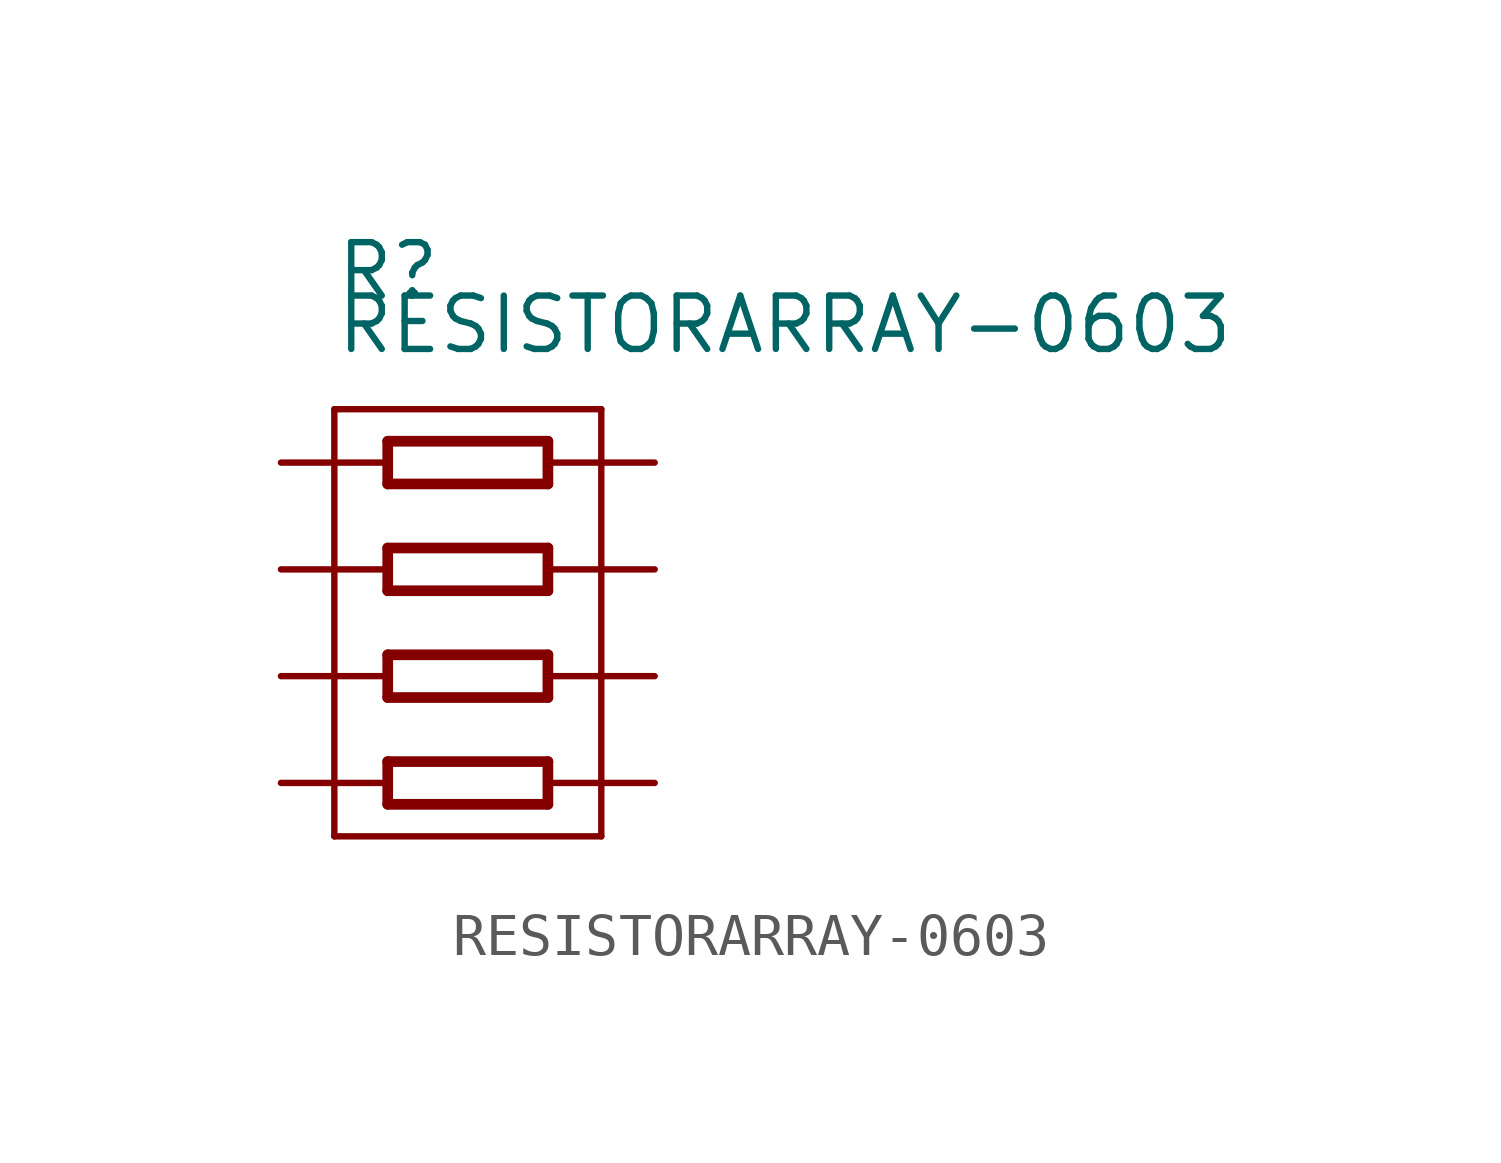
<source format=kicad_sym>
(kicad_symbol_lib
  (version 20211014)
  (generator kicad_symbol_editor)
  (symbol "RESISTORARRAY-0603"
    (property "Reference" "R"
      (at -3.81 7.62 0)
      (effects (font (size 1.27 1.27)) (justify left bottom)))
    (property "Value" "RESISTORARRAY-0603"
      (at -3.81 6.35 0)
      (effects (font (size 1.27 1.27)) (justify left bottom)))
    (property "ki_locked" ""
      (at 0 0 0)
      (effects (font (size 1.27 1.27))))
    (symbol "RESISTORARRAY-0603_1_0"
      (polyline (pts (xy -3.81 -5.08) (xy -3.81 5.08)) (stroke (width 0.152) (type default) (color 0 0 0 0)) (fill (type none)))
      (polyline (pts (xy -3.81 5.08) (xy 2.54 5.08)) (stroke (width 0.152) (type default) (color 0 0 0 0)) (fill (type none)))
      (polyline (pts (xy -2.54 -4.318) (xy 1.27 -4.318)) (stroke (width 0.254) (type default) (color 0 0 0 0)) (fill (type none)))
      (polyline (pts (xy -2.54 -3.302) (xy -2.54 -4.318)) (stroke (width 0.254) (type default) (color 0 0 0 0)) (fill (type none)))
      (polyline (pts (xy -2.54 -1.778) (xy 1.27 -1.778)) (stroke (width 0.254) (type default) (color 0 0 0 0)) (fill (type none)))
      (polyline (pts (xy -2.54 -0.762) (xy -2.54 -1.778)) (stroke (width 0.254) (type default) (color 0 0 0 0)) (fill (type none)))
      (polyline (pts (xy -2.54 0.762) (xy 1.27 0.762)) (stroke (width 0.254) (type default) (color 0 0 0 0)) (fill (type none)))
      (polyline (pts (xy -2.54 1.778) (xy -2.54 0.762)) (stroke (width 0.254) (type default) (color 0 0 0 0)) (fill (type none)))
      (polyline (pts (xy -2.54 3.302) (xy 1.27 3.302)) (stroke (width 0.254) (type default) (color 0 0 0 0)) (fill (type none)))
      (polyline (pts (xy -2.54 4.318) (xy -2.54 3.302)) (stroke (width 0.254) (type default) (color 0 0 0 0)) (fill (type none)))
      (polyline (pts (xy 1.27 -4.318) (xy 1.27 -3.302)) (stroke (width 0.254) (type default) (color 0 0 0 0)) (fill (type none)))
      (polyline (pts (xy 1.27 -3.302) (xy -2.54 -3.302)) (stroke (width 0.254) (type default) (color 0 0 0 0)) (fill (type none)))
      (polyline (pts (xy 1.27 -1.778) (xy 1.27 -0.762)) (stroke (width 0.254) (type default) (color 0 0 0 0)) (fill (type none)))
      (polyline (pts (xy 1.27 -0.762) (xy -2.54 -0.762)) (stroke (width 0.254) (type default) (color 0 0 0 0)) (fill (type none)))
      (polyline (pts (xy 1.27 0.762) (xy 1.27 1.778)) (stroke (width 0.254) (type default) (color 0 0 0 0)) (fill (type none)))
      (polyline (pts (xy 1.27 1.778) (xy -2.54 1.778)) (stroke (width 0.254) (type default) (color 0 0 0 0)) (fill (type none)))
      (polyline (pts (xy 1.27 3.302) (xy 1.27 4.318)) (stroke (width 0.254) (type default) (color 0 0 0 0)) (fill (type none)))
      (polyline (pts (xy 1.27 4.318) (xy -2.54 4.318)) (stroke (width 0.254) (type default) (color 0 0 0 0)) (fill (type none)))
      (polyline (pts (xy 2.54 -5.08) (xy -3.81 -5.08)) (stroke (width 0.152) (type default) (color 0 0 0 0)) (fill (type none)))
      (polyline (pts (xy 2.54 5.08) (xy 2.54 -5.08)) (stroke (width 0.152) (type default) (color 0 0 0 0)) (fill (type none)))
      (pin passive line (at -5.08 3.81 0) (length 2.54) (name "1" (effects (font (size 0 0)))) (number "1" (effects (font (size 0 0)))))
      (pin passive line (at -5.08 1.27 0) (length 2.54) (name "2" (effects (font (size 0 0)))) (number "2" (effects (font (size 0 0)))))
      (pin passive line (at -5.08 -1.27 0) (length 2.54) (name "3" (effects (font (size 0 0)))) (number "3" (effects (font (size 0 0)))))
      (pin passive line (at -5.08 -3.81 0) (length 2.54) (name "4" (effects (font (size 0 0)))) (number "4" (effects (font (size 0 0)))))
      (pin passive line (at 3.81 3.81 180) (length 2.54) (name "5" (effects (font (size 0 0)))) (number "5" (effects (font (size 0 0)))))
      (pin passive line (at 3.81 1.27 180) (length 2.54) (name "6" (effects (font (size 0 0)))) (number "6" (effects (font (size 0 0)))))
      (pin passive line (at 3.81 -1.27 180) (length 2.54) (name "7" (effects (font (size 0 0)))) (number "7" (effects (font (size 0 0)))))
      (pin passive line (at 3.81 -3.81 180) (length 2.54) (name "8" (effects (font (size 0 0)))) (number "8" (effects (font (size 0 0))))))))
</source>
